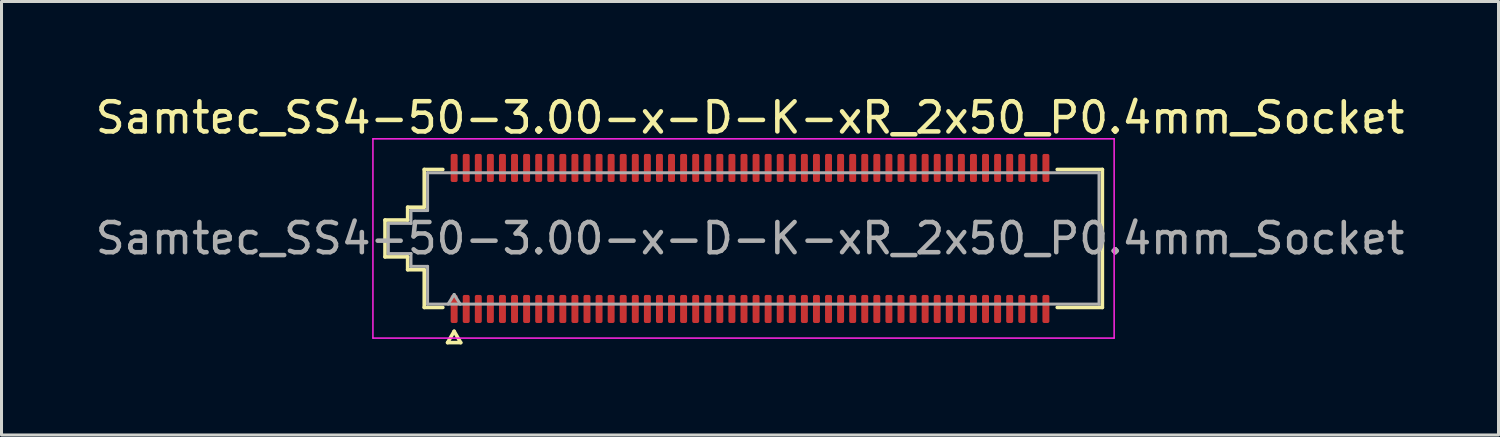
<source format=kicad_pcb>
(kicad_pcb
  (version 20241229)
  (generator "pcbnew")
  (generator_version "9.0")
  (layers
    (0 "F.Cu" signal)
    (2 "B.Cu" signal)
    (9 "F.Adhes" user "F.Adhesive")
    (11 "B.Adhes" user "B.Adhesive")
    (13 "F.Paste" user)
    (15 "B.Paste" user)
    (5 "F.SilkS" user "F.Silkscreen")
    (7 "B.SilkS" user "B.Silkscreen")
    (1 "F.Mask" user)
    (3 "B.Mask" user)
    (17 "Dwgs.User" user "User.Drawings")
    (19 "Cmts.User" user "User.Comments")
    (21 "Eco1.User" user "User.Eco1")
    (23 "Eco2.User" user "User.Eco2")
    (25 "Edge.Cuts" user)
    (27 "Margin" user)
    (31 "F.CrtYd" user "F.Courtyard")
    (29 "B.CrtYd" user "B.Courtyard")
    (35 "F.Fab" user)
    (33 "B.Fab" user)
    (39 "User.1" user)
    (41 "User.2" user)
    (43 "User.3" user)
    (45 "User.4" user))
  (footprint "Samtec_SS4-50-3.00-x-D-K-xR_2x50_P0.4mm_Socket"
    (layer "F.Cu")
    (at 21.792 4.848)
    (property "Reference" "Samtec_SS4-50-3.00-x-D-K-xR_2x50_P0.4mm_Socket" (at 0 -4 0) (layer "F.SilkS") (effects (font (size 1 1) (thickness 0.15))))
    (attr smd)
    (fp_line (start -12.09 -0.61) (end -11.34 -0.61) (stroke (width 0.12) (type solid)) (layer "F.SilkS"))
    (fp_line (start -12.09 0.61) (end -12.09 -0.61) (stroke (width 0.12) (type solid)) (layer "F.SilkS"))
    (fp_line (start -11.34 -1.035) (end -10.79 -1.035) (stroke (width 0.12) (type solid)) (layer "F.SilkS"))
    (fp_line (start -11.34 -0.61) (end -11.34 -1.035) (stroke (width 0.12) (type solid)) (layer "F.SilkS"))
    (fp_line (start -11.34 0.61) (end -12.09 0.61) (stroke (width 0.12) (type solid)) (layer "F.SilkS"))
    (fp_line (start -11.34 1.035) (end -11.34 0.61) (stroke (width 0.12) (type solid)) (layer "F.SilkS"))
    (fp_line (start -10.79 -2.285) (end -10.175 -2.285) (stroke (width 0.12) (type solid)) (layer "F.SilkS"))
    (fp_line (start -10.79 -1.035) (end -10.79 -2.285) (stroke (width 0.12) (type solid)) (layer "F.SilkS"))
    (fp_line (start -10.79 1.035) (end -11.34 1.035) (stroke (width 0.12) (type solid)) (layer "F.SilkS"))
    (fp_line (start -10.79 2.285) (end -10.79 1.035) (stroke (width 0.12) (type solid)) (layer "F.SilkS"))
    (fp_line (start -10.175 2.285) (end -10.79 2.285) (stroke (width 0.12) (type solid)) (layer "F.SilkS"))
    (fp_line (start -10.017 3.45) (end -9.8 3.075) (stroke (width 0.12) (type solid)) (layer "F.SilkS"))
    (fp_line (start -9.8 3.075) (end -9.583 3.45) (stroke (width 0.12) (type solid)) (layer "F.SilkS"))
    (fp_line (start -9.583 3.45) (end -10.017 3.45) (stroke (width 0.12) (type solid)) (layer "F.SilkS"))
    (fp_line (start 10.175 -2.285) (end 11.67 -2.285) (stroke (width 0.12) (type solid)) (layer "F.SilkS"))
    (fp_line (start 11.67 -2.285) (end 11.67 2.285) (stroke (width 0.12) (type solid)) (layer "F.SilkS"))
    (fp_line (start 11.67 2.285) (end 10.175 2.285) (stroke (width 0.12) (type solid)) (layer "F.SilkS"))
    (fp_line (start -12.49 -3.3) (end -12.49 3.3) (stroke (width 0.05) (type solid)) (layer "F.CrtYd"))
    (fp_line (start -12.49 3.3) (end 12.06 3.3) (stroke (width 0.05) (type solid)) (layer "F.CrtYd"))
    (fp_line (start 12.06 -3.3) (end -12.49 -3.3) (stroke (width 0.05) (type solid)) (layer "F.CrtYd"))
    (fp_line (start 12.06 3.3) (end 12.06 -3.3) (stroke (width 0.05) (type solid)) (layer "F.CrtYd"))
    (fp_line (start -11.98 -0.5) (end -11.23 -0.5) (stroke (width 0.1) (type solid)) (layer "F.Fab"))
    (fp_line (start -11.98 0.5) (end -11.98 -0.5) (stroke (width 0.1) (type solid)) (layer "F.Fab"))
    (fp_line (start -11.23 -0.925) (end -10.68 -0.925) (stroke (width 0.1) (type solid)) (layer "F.Fab"))
    (fp_line (start -11.23 -0.5) (end -11.23 -0.925) (stroke (width 0.1) (type solid)) (layer "F.Fab"))
    (fp_line (start -11.23 0.5) (end -11.98 0.5) (stroke (width 0.1) (type solid)) (layer "F.Fab"))
    (fp_line (start -11.23 0.925) (end -11.23 0.5) (stroke (width 0.1) (type solid)) (layer "F.Fab"))
    (fp_line (start -10.68 -2.175) (end 11.56 -2.175) (stroke (width 0.1) (type solid)) (layer "F.Fab"))
    (fp_line (start -10.68 -0.925) (end -10.68 -2.175) (stroke (width 0.1) (type solid)) (layer "F.Fab"))
    (fp_line (start -10.68 0.925) (end -11.23 0.925) (stroke (width 0.1) (type solid)) (layer "F.Fab"))
    (fp_line (start -10.68 2.175) (end -10.68 0.925) (stroke (width 0.1) (type solid)) (layer "F.Fab"))
    (fp_line (start -10 2.175) (end -9.8 1.855) (stroke (width 0.1) (type solid)) (layer "F.Fab"))
    (fp_line (start -9.8 1.855) (end -9.6 2.175) (stroke (width 0.1) (type solid)) (layer "F.Fab"))
    (fp_line (start 11.56 -2.175) (end 11.56 2.175) (stroke (width 0.1) (type solid)) (layer "F.Fab"))
    (fp_line (start 11.56 2.175) (end -10.68 2.175) (stroke (width 0.1) (type solid)) (layer "F.Fab"))
    (fp_text user "${REFERENCE}" (at 0 0 0) (layer "F.Fab") (effects (font (size 1 1) (thickness 0.15))))
    (pad "1" smd roundrect (at -9.8 2.335) (size 0.23 0.93) (layers "F.Cu" "F.Mask" "F.Paste") (roundrect_rratio 0.25))
    (pad "2" smd roundrect (at -9.8 -2.335) (size 0.23 0.93) (layers "F.Cu" "F.Mask" "F.Paste") (roundrect_rratio 0.25))
    (pad "3" smd roundrect (at -9.4 2.335) (size 0.23 0.93) (layers "F.Cu" "F.Mask" "F.Paste") (roundrect_rratio 0.25))
    (pad "4" smd roundrect (at -9.4 -2.335) (size 0.23 0.93) (layers "F.Cu" "F.Mask" "F.Paste") (roundrect_rratio 0.25))
    (pad "5" smd roundrect (at -9 2.335) (size 0.23 0.93) (layers "F.Cu" "F.Mask" "F.Paste") (roundrect_rratio 0.25))
    (pad "6" smd roundrect (at -9 -2.335) (size 0.23 0.93) (layers "F.Cu" "F.Mask" "F.Paste") (roundrect_rratio 0.25))
    (pad "7" smd roundrect (at -8.6 2.335) (size 0.23 0.93) (layers "F.Cu" "F.Mask" "F.Paste") (roundrect_rratio 0.25))
    (pad "8" smd roundrect (at -8.6 -2.335) (size 0.23 0.93) (layers "F.Cu" "F.Mask" "F.Paste") (roundrect_rratio 0.25))
    (pad "9" smd roundrect (at -8.2 2.335) (size 0.23 0.93) (layers "F.Cu" "F.Mask" "F.Paste") (roundrect_rratio 0.25))
    (pad "10" smd roundrect (at -8.2 -2.335) (size 0.23 0.93) (layers "F.Cu" "F.Mask" "F.Paste") (roundrect_rratio 0.25))
    (pad "11" smd roundrect (at -7.8 2.335) (size 0.23 0.93) (layers "F.Cu" "F.Mask" "F.Paste") (roundrect_rratio 0.25))
    (pad "12" smd roundrect (at -7.8 -2.335) (size 0.23 0.93) (layers "F.Cu" "F.Mask" "F.Paste") (roundrect_rratio 0.25))
    (pad "13" smd roundrect (at -7.4 2.335) (size 0.23 0.93) (layers "F.Cu" "F.Mask" "F.Paste") (roundrect_rratio 0.25))
    (pad "14" smd roundrect (at -7.4 -2.335) (size 0.23 0.93) (layers "F.Cu" "F.Mask" "F.Paste") (roundrect_rratio 0.25))
    (pad "15" smd roundrect (at -7 2.335) (size 0.23 0.93) (layers "F.Cu" "F.Mask" "F.Paste") (roundrect_rratio 0.25))
    (pad "16" smd roundrect (at -7 -2.335) (size 0.23 0.93) (layers "F.Cu" "F.Mask" "F.Paste") (roundrect_rratio 0.25))
    (pad "17" smd roundrect (at -6.6 2.335) (size 0.23 0.93) (layers "F.Cu" "F.Mask" "F.Paste") (roundrect_rratio 0.25))
    (pad "18" smd roundrect (at -6.6 -2.335) (size 0.23 0.93) (layers "F.Cu" "F.Mask" "F.Paste") (roundrect_rratio 0.25))
    (pad "19" smd roundrect (at -6.2 2.335) (size 0.23 0.93) (layers "F.Cu" "F.Mask" "F.Paste") (roundrect_rratio 0.25))
    (pad "20" smd roundrect (at -6.2 -2.335) (size 0.23 0.93) (layers "F.Cu" "F.Mask" "F.Paste") (roundrect_rratio 0.25))
    (pad "21" smd roundrect (at -5.8 2.335) (size 0.23 0.93) (layers "F.Cu" "F.Mask" "F.Paste") (roundrect_rratio 0.25))
    (pad "22" smd roundrect (at -5.8 -2.335) (size 0.23 0.93) (layers "F.Cu" "F.Mask" "F.Paste") (roundrect_rratio 0.25))
    (pad "23" smd roundrect (at -5.4 2.335) (size 0.23 0.93) (layers "F.Cu" "F.Mask" "F.Paste") (roundrect_rratio 0.25))
    (pad "24" smd roundrect (at -5.4 -2.335) (size 0.23 0.93) (layers "F.Cu" "F.Mask" "F.Paste") (roundrect_rratio 0.25))
    (pad "25" smd roundrect (at -5 2.335) (size 0.23 0.93) (layers "F.Cu" "F.Mask" "F.Paste") (roundrect_rratio 0.25))
    (pad "26" smd roundrect (at -5 -2.335) (size 0.23 0.93) (layers "F.Cu" "F.Mask" "F.Paste") (roundrect_rratio 0.25))
    (pad "27" smd roundrect (at -4.6 2.335) (size 0.23 0.93) (layers "F.Cu" "F.Mask" "F.Paste") (roundrect_rratio 0.25))
    (pad "28" smd roundrect (at -4.6 -2.335) (size 0.23 0.93) (layers "F.Cu" "F.Mask" "F.Paste") (roundrect_rratio 0.25))
    (pad "29" smd roundrect (at -4.2 2.335) (size 0.23 0.93) (layers "F.Cu" "F.Mask" "F.Paste") (roundrect_rratio 0.25))
    (pad "30" smd roundrect (at -4.2 -2.335) (size 0.23 0.93) (layers "F.Cu" "F.Mask" "F.Paste") (roundrect_rratio 0.25))
    (pad "31" smd roundrect (at -3.8 2.335) (size 0.23 0.93) (layers "F.Cu" "F.Mask" "F.Paste") (roundrect_rratio 0.25))
    (pad "32" smd roundrect (at -3.8 -2.335) (size 0.23 0.93) (layers "F.Cu" "F.Mask" "F.Paste") (roundrect_rratio 0.25))
    (pad "33" smd roundrect (at -3.4 2.335) (size 0.23 0.93) (layers "F.Cu" "F.Mask" "F.Paste") (roundrect_rratio 0.25))
    (pad "34" smd roundrect (at -3.4 -2.335) (size 0.23 0.93) (layers "F.Cu" "F.Mask" "F.Paste") (roundrect_rratio 0.25))
    (pad "35" smd roundrect (at -3 2.335) (size 0.23 0.93) (layers "F.Cu" "F.Mask" "F.Paste") (roundrect_rratio 0.25))
    (pad "36" smd roundrect (at -3 -2.335) (size 0.23 0.93) (layers "F.Cu" "F.Mask" "F.Paste") (roundrect_rratio 0.25))
    (pad "37" smd roundrect (at -2.6 2.335) (size 0.23 0.93) (layers "F.Cu" "F.Mask" "F.Paste") (roundrect_rratio 0.25))
    (pad "38" smd roundrect (at -2.6 -2.335) (size 0.23 0.93) (layers "F.Cu" "F.Mask" "F.Paste") (roundrect_rratio 0.25))
    (pad "39" smd roundrect (at -2.2 2.335) (size 0.23 0.93) (layers "F.Cu" "F.Mask" "F.Paste") (roundrect_rratio 0.25))
    (pad "40" smd roundrect (at -2.2 -2.335) (size 0.23 0.93) (layers "F.Cu" "F.Mask" "F.Paste") (roundrect_rratio 0.25))
    (pad "41" smd roundrect (at -1.8 2.335) (size 0.23 0.93) (layers "F.Cu" "F.Mask" "F.Paste") (roundrect_rratio 0.25))
    (pad "42" smd roundrect (at -1.8 -2.335) (size 0.23 0.93) (layers "F.Cu" "F.Mask" "F.Paste") (roundrect_rratio 0.25))
    (pad "43" smd roundrect (at -1.4 2.335) (size 0.23 0.93) (layers "F.Cu" "F.Mask" "F.Paste") (roundrect_rratio 0.25))
    (pad "44" smd roundrect (at -1.4 -2.335) (size 0.23 0.93) (layers "F.Cu" "F.Mask" "F.Paste") (roundrect_rratio 0.25))
    (pad "45" smd roundrect (at -1 2.335) (size 0.23 0.93) (layers "F.Cu" "F.Mask" "F.Paste") (roundrect_rratio 0.25))
    (pad "46" smd roundrect (at -1 -2.335) (size 0.23 0.93) (layers "F.Cu" "F.Mask" "F.Paste") (roundrect_rratio 0.25))
    (pad "47" smd roundrect (at -0.6 2.335) (size 0.23 0.93) (layers "F.Cu" "F.Mask" "F.Paste") (roundrect_rratio 0.25))
    (pad "48" smd roundrect (at -0.6 -2.335) (size 0.23 0.93) (layers "F.Cu" "F.Mask" "F.Paste") (roundrect_rratio 0.25))
    (pad "49" smd roundrect (at -0.2 2.335) (size 0.23 0.93) (layers "F.Cu" "F.Mask" "F.Paste") (roundrect_rratio 0.25))
    (pad "50" smd roundrect (at -0.2 -2.335) (size 0.23 0.93) (layers "F.Cu" "F.Mask" "F.Paste") (roundrect_rratio 0.25))
    (pad "51" smd roundrect (at 0.2 2.335) (size 0.23 0.93) (layers "F.Cu" "F.Mask" "F.Paste") (roundrect_rratio 0.25))
    (pad "52" smd roundrect (at 0.2 -2.335) (size 0.23 0.93) (layers "F.Cu" "F.Mask" "F.Paste") (roundrect_rratio 0.25))
    (pad "53" smd roundrect (at 0.6 2.335) (size 0.23 0.93) (layers "F.Cu" "F.Mask" "F.Paste") (roundrect_rratio 0.25))
    (pad "54" smd roundrect (at 0.6 -2.335) (size 0.23 0.93) (layers "F.Cu" "F.Mask" "F.Paste") (roundrect_rratio 0.25))
    (pad "55" smd roundrect (at 1 2.335) (size 0.23 0.93) (layers "F.Cu" "F.Mask" "F.Paste") (roundrect_rratio 0.25))
    (pad "56" smd roundrect (at 1 -2.335) (size 0.23 0.93) (layers "F.Cu" "F.Mask" "F.Paste") (roundrect_rratio 0.25))
    (pad "57" smd roundrect (at 1.4 2.335) (size 0.23 0.93) (layers "F.Cu" "F.Mask" "F.Paste") (roundrect_rratio 0.25))
    (pad "58" smd roundrect (at 1.4 -2.335) (size 0.23 0.93) (layers "F.Cu" "F.Mask" "F.Paste") (roundrect_rratio 0.25))
    (pad "59" smd roundrect (at 1.8 2.335) (size 0.23 0.93) (layers "F.Cu" "F.Mask" "F.Paste") (roundrect_rratio 0.25))
    (pad "60" smd roundrect (at 1.8 -2.335) (size 0.23 0.93) (layers "F.Cu" "F.Mask" "F.Paste") (roundrect_rratio 0.25))
    (pad "61" smd roundrect (at 2.2 2.335) (size 0.23 0.93) (layers "F.Cu" "F.Mask" "F.Paste") (roundrect_rratio 0.25))
    (pad "62" smd roundrect (at 2.2 -2.335) (size 0.23 0.93) (layers "F.Cu" "F.Mask" "F.Paste") (roundrect_rratio 0.25))
    (pad "63" smd roundrect (at 2.6 2.335) (size 0.23 0.93) (layers "F.Cu" "F.Mask" "F.Paste") (roundrect_rratio 0.25))
    (pad "64" smd roundrect (at 2.6 -2.335) (size 0.23 0.93) (layers "F.Cu" "F.Mask" "F.Paste") (roundrect_rratio 0.25))
    (pad "65" smd roundrect (at 3 2.335) (size 0.23 0.93) (layers "F.Cu" "F.Mask" "F.Paste") (roundrect_rratio 0.25))
    (pad "66" smd roundrect (at 3 -2.335) (size 0.23 0.93) (layers "F.Cu" "F.Mask" "F.Paste") (roundrect_rratio 0.25))
    (pad "67" smd roundrect (at 3.4 2.335) (size 0.23 0.93) (layers "F.Cu" "F.Mask" "F.Paste") (roundrect_rratio 0.25))
    (pad "68" smd roundrect (at 3.4 -2.335) (size 0.23 0.93) (layers "F.Cu" "F.Mask" "F.Paste") (roundrect_rratio 0.25))
    (pad "69" smd roundrect (at 3.8 2.335) (size 0.23 0.93) (layers "F.Cu" "F.Mask" "F.Paste") (roundrect_rratio 0.25))
    (pad "70" smd roundrect (at 3.8 -2.335) (size 0.23 0.93) (layers "F.Cu" "F.Mask" "F.Paste") (roundrect_rratio 0.25))
    (pad "71" smd roundrect (at 4.2 2.335) (size 0.23 0.93) (layers "F.Cu" "F.Mask" "F.Paste") (roundrect_rratio 0.25))
    (pad "72" smd roundrect (at 4.2 -2.335) (size 0.23 0.93) (layers "F.Cu" "F.Mask" "F.Paste") (roundrect_rratio 0.25))
    (pad "73" smd roundrect (at 4.6 2.335) (size 0.23 0.93) (layers "F.Cu" "F.Mask" "F.Paste") (roundrect_rratio 0.25))
    (pad "74" smd roundrect (at 4.6 -2.335) (size 0.23 0.93) (layers "F.Cu" "F.Mask" "F.Paste") (roundrect_rratio 0.25))
    (pad "75" smd roundrect (at 5 2.335) (size 0.23 0.93) (layers "F.Cu" "F.Mask" "F.Paste") (roundrect_rratio 0.25))
    (pad "76" smd roundrect (at 5 -2.335) (size 0.23 0.93) (layers "F.Cu" "F.Mask" "F.Paste") (roundrect_rratio 0.25))
    (pad "77" smd roundrect (at 5.4 2.335) (size 0.23 0.93) (layers "F.Cu" "F.Mask" "F.Paste") (roundrect_rratio 0.25))
    (pad "78" smd roundrect (at 5.4 -2.335) (size 0.23 0.93) (layers "F.Cu" "F.Mask" "F.Paste") (roundrect_rratio 0.25))
    (pad "79" smd roundrect (at 5.8 2.335) (size 0.23 0.93) (layers "F.Cu" "F.Mask" "F.Paste") (roundrect_rratio 0.25))
    (pad "80" smd roundrect (at 5.8 -2.335) (size 0.23 0.93) (layers "F.Cu" "F.Mask" "F.Paste") (roundrect_rratio 0.25))
    (pad "81" smd roundrect (at 6.2 2.335) (size 0.23 0.93) (layers "F.Cu" "F.Mask" "F.Paste") (roundrect_rratio 0.25))
    (pad "82" smd roundrect (at 6.2 -2.335) (size 0.23 0.93) (layers "F.Cu" "F.Mask" "F.Paste") (roundrect_rratio 0.25))
    (pad "83" smd roundrect (at 6.6 2.335) (size 0.23 0.93) (layers "F.Cu" "F.Mask" "F.Paste") (roundrect_rratio 0.25))
    (pad "84" smd roundrect (at 6.6 -2.335) (size 0.23 0.93) (layers "F.Cu" "F.Mask" "F.Paste") (roundrect_rratio 0.25))
    (pad "85" smd roundrect (at 7 2.335) (size 0.23 0.93) (layers "F.Cu" "F.Mask" "F.Paste") (roundrect_rratio 0.25))
    (pad "86" smd roundrect (at 7 -2.335) (size 0.23 0.93) (layers "F.Cu" "F.Mask" "F.Paste") (roundrect_rratio 0.25))
    (pad "87" smd roundrect (at 7.4 2.335) (size 0.23 0.93) (layers "F.Cu" "F.Mask" "F.Paste") (roundrect_rratio 0.25))
    (pad "88" smd roundrect (at 7.4 -2.335) (size 0.23 0.93) (layers "F.Cu" "F.Mask" "F.Paste") (roundrect_rratio 0.25))
    (pad "89" smd roundrect (at 7.8 2.335) (size 0.23 0.93) (layers "F.Cu" "F.Mask" "F.Paste") (roundrect_rratio 0.25))
    (pad "90" smd roundrect (at 7.8 -2.335) (size 0.23 0.93) (layers "F.Cu" "F.Mask" "F.Paste") (roundrect_rratio 0.25))
    (pad "91" smd roundrect (at 8.2 2.335) (size 0.23 0.93) (layers "F.Cu" "F.Mask" "F.Paste") (roundrect_rratio 0.25))
    (pad "92" smd roundrect (at 8.2 -2.335) (size 0.23 0.93) (layers "F.Cu" "F.Mask" "F.Paste") (roundrect_rratio 0.25))
    (pad "93" smd roundrect (at 8.6 2.335) (size 0.23 0.93) (layers "F.Cu" "F.Mask" "F.Paste") (roundrect_rratio 0.25))
    (pad "94" smd roundrect (at 8.6 -2.335) (size 0.23 0.93) (layers "F.Cu" "F.Mask" "F.Paste") (roundrect_rratio 0.25))
    (pad "95" smd roundrect (at 9 2.335) (size 0.23 0.93) (layers "F.Cu" "F.Mask" "F.Paste") (roundrect_rratio 0.25))
    (pad "96" smd roundrect (at 9 -2.335) (size 0.23 0.93) (layers "F.Cu" "F.Mask" "F.Paste") (roundrect_rratio 0.25))
    (pad "97" smd roundrect (at 9.4 2.335) (size 0.23 0.93) (layers "F.Cu" "F.Mask" "F.Paste") (roundrect_rratio 0.25))
    (pad "98" smd roundrect (at 9.4 -2.335) (size 0.23 0.93) (layers "F.Cu" "F.Mask" "F.Paste") (roundrect_rratio 0.25))
    (pad "99" smd roundrect (at 9.8 2.335) (size 0.23 0.93) (layers "F.Cu" "F.Mask" "F.Paste") (roundrect_rratio 0.25))
    (pad "100" smd roundrect (at 9.8 -2.335) (size 0.23 0.93) (layers "F.Cu" "F.Mask" "F.Paste") (roundrect_rratio 0.25))
    (zone (net_name "") (layer "F.Cu") (name "Via keepout") (hatch edge 0.5) (connect_pads) (min_thickness 0.25) (filled_areas_thickness no) (keepout (tracks not_allowed) (vias not_allowed) (pads allowed) (copperpour not_allowed) (footprints allowed)) (placement (enabled no)) (fill) (polygon (pts (xy 11.877 2.978) (xy 31.707 2.978) (xy 31.707 6.718) (xy 11.877 6.718)))))
  (gr_rect
    (start -3 -3)
    (end 46.583 11.358)
    (stroke (width 0.1) (type default))
    (fill no)
    (layer "Edge.Cuts")))
</source>
